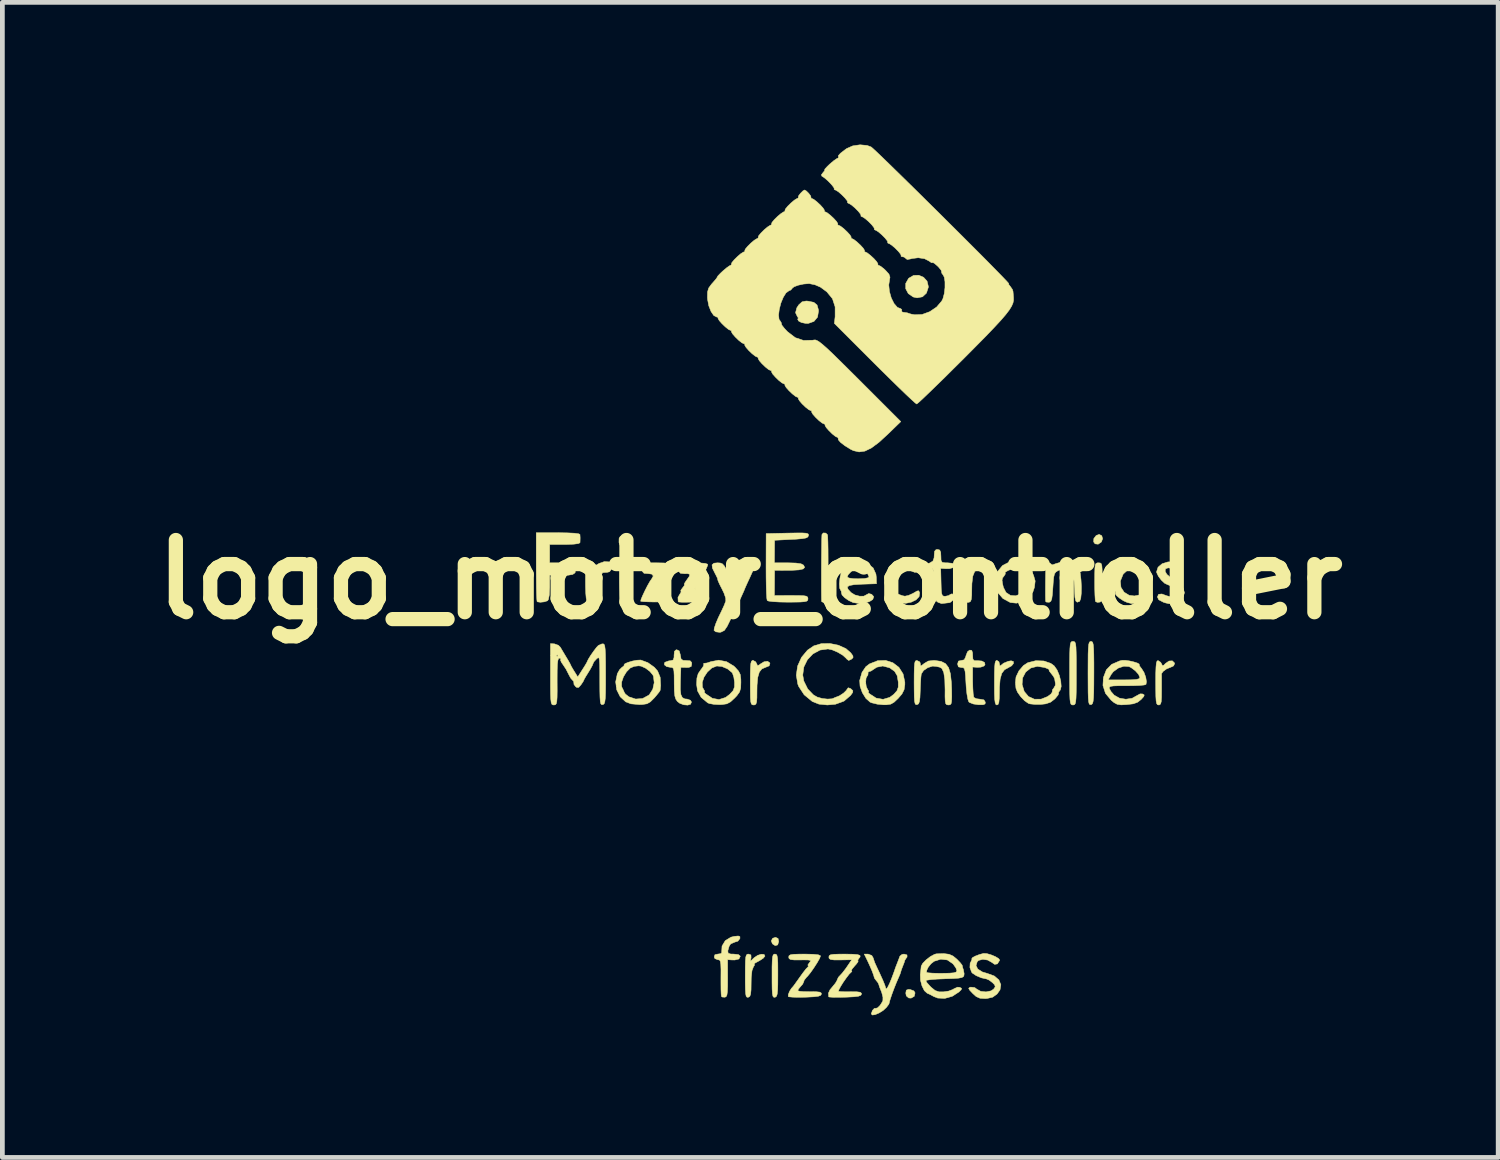
<source format=kicad_pcb>
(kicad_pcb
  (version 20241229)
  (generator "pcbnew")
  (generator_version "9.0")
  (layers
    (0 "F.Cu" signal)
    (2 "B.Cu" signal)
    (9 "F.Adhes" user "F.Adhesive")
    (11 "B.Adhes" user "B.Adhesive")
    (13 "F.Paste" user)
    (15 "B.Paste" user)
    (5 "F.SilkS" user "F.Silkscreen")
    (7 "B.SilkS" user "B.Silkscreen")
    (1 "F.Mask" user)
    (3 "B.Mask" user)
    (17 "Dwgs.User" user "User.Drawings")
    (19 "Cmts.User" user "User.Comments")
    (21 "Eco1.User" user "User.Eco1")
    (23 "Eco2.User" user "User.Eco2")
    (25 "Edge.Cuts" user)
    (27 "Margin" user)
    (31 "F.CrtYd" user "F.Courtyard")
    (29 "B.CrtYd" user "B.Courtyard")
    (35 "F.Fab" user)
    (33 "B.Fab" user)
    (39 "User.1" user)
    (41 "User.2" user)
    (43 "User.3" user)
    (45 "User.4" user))
  (footprint "logo_motor_controller"
    (layer "F.Cu")
    (at 12.78 9.178)
    (property "Reference" "logo_motor_controller" (at 0 0 0) (layer "F.SilkS") (effects (font (size 1.524 1.524) (thickness 0.3))))
    (attr through_hole)
    (fp_poly (pts (xy 7.867 -0.335) (xy 7.849 -0.318) (xy 7.832 -0.335) (xy 7.849 -0.353) (xy 7.867 -0.335)) (stroke (width 0.01) (type solid)) (fill yes) (layer "F.SilkS"))
    (fp_poly (pts (xy 0.586 7.572) (xy 0.6 7.638) (xy 0.578 7.709) (xy 0.525 7.723) (xy 0.468 7.686) (xy 0.443 7.624) (xy 0.472 7.569) (xy 0.533 7.549) (xy 0.586 7.572)) (stroke (width 0.01) (type solid)) (fill yes) (layer "F.SilkS"))
    (fp_poly (pts (xy 7.416 -0.925) (xy 7.434 -0.862) (xy 7.408 -0.793) (xy 7.34 -0.746) (xy 7.275 -0.754) (xy 7.245 -0.794) (xy 7.249 -0.866) (xy 7.298 -0.929) (xy 7.361 -0.953) (xy 7.416 -0.925)) (stroke (width 0.01) (type solid)) (fill yes) (layer "F.SilkS"))
    (fp_poly (pts (xy -2.522 0.473) (xy -2.619 0.478) (xy -2.696 0.476) (xy -2.734 0.465) (xy -2.741 0.424) (xy -2.747 0.328) (xy -2.75 0.191) (xy -2.752 0.047) (xy -2.752 -0.353) (xy -2.502 -0.353) (xy -2.522 0.473)) (stroke (width 0.01) (type solid)) (fill yes) (layer "F.SilkS"))
    (fp_poly (pts (xy 3.375 8.65) (xy 3.452 8.679) (xy 3.477 8.721) (xy 3.459 8.794) (xy 3.394 8.831) (xy 3.343 8.828) (xy 3.292 8.784) (xy 3.281 8.726) (xy 3.292 8.663) (xy 3.339 8.647) (xy 3.375 8.65)) (stroke (width 0.01) (type solid)) (fill yes) (layer "F.SilkS"))
    (fp_poly (pts (xy 3.657 -6.377) (xy 3.73 -6.296) (xy 3.757 -6.184) (xy 3.757 -6.168) (xy 3.717 -6.044) (xy 3.634 -5.966) (xy 3.519 -5.944) (xy 3.438 -5.962) (xy 3.334 -6.033) (xy 3.28 -6.135) (xy 3.28 -6.249) (xy 3.34 -6.354) (xy 3.344 -6.358) (xy 3.445 -6.417) (xy 3.555 -6.421) (xy 3.657 -6.377)) (stroke (width 0.01) (type solid)) (fill yes) (layer "F.SilkS"))
    (fp_poly (pts (xy -2.588 -0.938) (xy -2.51 -0.903) (xy -2.499 -0.892) (xy -2.48 -0.825) (xy -2.489 -0.785) (xy -2.51 -0.723) (xy -2.512 -0.701) (xy -2.536 -0.674) (xy -2.602 -0.659) (xy -2.678 -0.66) (xy -2.687 -0.662) (xy -2.74 -0.704) (xy -2.77 -0.783) (xy -2.768 -0.867) (xy -2.749 -0.902) (xy -2.68 -0.938) (xy -2.588 -0.938)) (stroke (width 0.01) (type solid)) (fill yes) (layer "F.SilkS"))
    (fp_poly (pts (xy 1.219 -5.874) (xy 1.341 -5.849) (xy 1.409 -5.793) (xy 1.438 -5.692) (xy 1.44 -5.666) (xy 1.419 -5.537) (xy 1.344 -5.447) (xy 1.226 -5.405) (xy 1.173 -5.404) (xy 1.08 -5.423) (xy 1.018 -5.456) (xy 1.017 -5.458) (xy 0.999 -5.496) (xy 1.008 -5.503) (xy 1.013 -5.523) (xy 0.995 -5.546) (xy 0.955 -5.63) (xy 0.982 -5.733) (xy 1.023 -5.796) (xy 1.093 -5.86) (xy 1.179 -5.877) (xy 1.219 -5.874)) (stroke (width 0.01) (type solid)) (fill yes) (layer "F.SilkS"))
    (fp_poly (pts (xy 7.383 -0.35) (xy 7.406 -0.334) (xy 7.418 -0.291) (xy 7.424 -0.21) (xy 7.424 -0.078) (xy 7.422 0.026) (xy 7.42 0.185) (xy 7.417 0.319) (xy 7.414 0.412) (xy 7.413 0.444) (xy 7.381 0.475) (xy 7.322 0.481) (xy 7.285 0.464) (xy 7.278 0.424) (xy 7.272 0.328) (xy 7.268 0.191) (xy 7.267 0.047) (xy 7.268 -0.125) (xy 7.271 -0.239) (xy 7.279 -0.307) (xy 7.295 -0.34) (xy 7.321 -0.352) (xy 7.347 -0.353) (xy 7.383 -0.35)) (stroke (width 0.01) (type solid)) (fill yes) (layer "F.SilkS"))
    (fp_poly (pts (xy 0.547 7.908) (xy 0.564 7.934) (xy 0.575 7.99) (xy 0.581 8.088) (xy 0.582 8.239) (xy 0.582 8.352) (xy 0.581 8.539) (xy 0.577 8.666) (xy 0.568 8.746) (xy 0.554 8.79) (xy 0.532 8.809) (xy 0.52 8.813) (xy 0.495 8.812) (xy 0.478 8.791) (xy 0.467 8.738) (xy 0.461 8.644) (xy 0.459 8.497) (xy 0.459 8.363) (xy 0.459 8.175) (xy 0.463 8.046) (xy 0.47 7.965) (xy 0.483 7.921) (xy 0.504 7.904) (xy 0.521 7.902) (xy 0.547 7.908)) (stroke (width 0.01) (type solid)) (fill yes) (layer "F.SilkS"))
    (fp_poly (pts (xy 7.21 1.31) (xy 7.226 1.331) (xy 7.237 1.377) (xy 7.244 1.458) (xy 7.248 1.583) (xy 7.25 1.76) (xy 7.25 1.966) (xy 7.249 2.199) (xy 7.247 2.37) (xy 7.242 2.49) (xy 7.234 2.567) (xy 7.222 2.612) (xy 7.205 2.633) (xy 7.188 2.639) (xy 7.166 2.639) (xy 7.15 2.621) (xy 7.139 2.578) (xy 7.132 2.5) (xy 7.128 2.379) (xy 7.127 2.204) (xy 7.126 1.978) (xy 7.127 1.744) (xy 7.128 1.571) (xy 7.133 1.451) (xy 7.14 1.373) (xy 7.152 1.329) (xy 7.168 1.309) (xy 7.188 1.305) (xy 7.21 1.31)) (stroke (width 0.01) (type solid)) (fill yes) (layer "F.SilkS"))
    (fp_poly (pts (xy -2.981 -0.373) (xy -2.857 -0.35) (xy -2.913 -0.242) (xy -2.969 -0.165) (xy -3.029 -0.15) (xy -3.035 -0.152) (xy -3.112 -0.146) (xy -3.168 -0.082) (xy -3.203 0.045) (xy -3.217 0.211) (xy -3.224 0.345) (xy -3.234 0.423) (xy -3.254 0.462) (xy -3.29 0.475) (xy -3.325 0.478) (xy -3.407 0.469) (xy -3.451 0.444) (xy -3.462 0.395) (xy -3.471 0.291) (xy -3.476 0.151) (xy -3.477 0.035) (xy -3.475 -0.335) (xy -3.374 -0.347) (xy -3.304 -0.345) (xy -3.297 -0.32) (xy -3.306 -0.286) (xy -3.263 -0.297) (xy -3.192 -0.339) (xy -3.079 -0.379) (xy -2.981 -0.373)) (stroke (width 0.01) (type solid)) (fill yes) (layer "F.SilkS"))
    (fp_poly (pts (xy 1.594 -0.98) (xy 1.63 -0.944) (xy 1.634 -0.896) (xy 1.638 -0.789) (xy 1.641 -0.636) (xy 1.642 -0.446) (xy 1.642 -0.233) (xy 1.642 -0.215) (xy 1.641 0.022) (xy 1.639 0.197) (xy 1.634 0.321) (xy 1.626 0.402) (xy 1.615 0.449) (xy 1.598 0.471) (xy 1.579 0.479) (xy 1.521 0.475) (xy 1.506 0.464) (xy 1.504 0.425) (xy 1.502 0.329) (xy 1.501 0.188) (xy 1.501 0.016) (xy 1.501 -0.174) (xy 1.502 -0.369) (xy 1.504 -0.555) (xy 1.506 -0.72) (xy 1.508 -0.851) (xy 1.511 -0.934) (xy 1.513 -0.953) (xy 1.542 -0.984) (xy 1.594 -0.98)) (stroke (width 0.01) (type solid)) (fill yes) (layer "F.SilkS"))
    (fp_poly (pts (xy 5.247 1.735) (xy 5.257 1.779) (xy 5.267 1.822) (xy 5.283 1.814) (xy 5.346 1.764) (xy 5.441 1.725) (xy 5.503 1.714) (xy 5.552 1.729) (xy 5.553 1.771) (xy 5.514 1.82) (xy 5.451 1.855) (xy 5.364 1.903) (xy 5.306 1.98) (xy 5.272 2.099) (xy 5.258 2.271) (xy 5.257 2.355) (xy 5.254 2.502) (xy 5.245 2.592) (xy 5.228 2.635) (xy 5.203 2.646) (xy 5.182 2.636) (xy 5.167 2.599) (xy 5.157 2.524) (xy 5.152 2.402) (xy 5.151 2.221) (xy 5.151 2.175) (xy 5.152 1.982) (xy 5.156 1.848) (xy 5.164 1.764) (xy 5.178 1.72) (xy 5.198 1.705) (xy 5.203 1.705) (xy 5.247 1.735)) (stroke (width 0.01) (type solid)) (fill yes) (layer "F.SilkS"))
    (fp_poly (pts (xy 6.833 1.308) (xy 6.851 1.323) (xy 6.864 1.359) (xy 6.872 1.426) (xy 6.876 1.533) (xy 6.879 1.689) (xy 6.879 1.904) (xy 6.879 1.976) (xy 6.879 2.208) (xy 6.877 2.38) (xy 6.873 2.5) (xy 6.866 2.577) (xy 6.855 2.62) (xy 6.839 2.64) (xy 6.816 2.646) (xy 6.809 2.646) (xy 6.784 2.643) (xy 6.766 2.628) (xy 6.753 2.592) (xy 6.745 2.525) (xy 6.741 2.418) (xy 6.739 2.262) (xy 6.738 2.047) (xy 6.738 1.976) (xy 6.738 1.743) (xy 6.74 1.571) (xy 6.744 1.452) (xy 6.751 1.374) (xy 6.762 1.331) (xy 6.778 1.311) (xy 6.801 1.305) (xy 6.809 1.305) (xy 6.833 1.308)) (stroke (width 0.01) (type solid)) (fill yes) (layer "F.SilkS"))
    (fp_poly (pts (xy 0.113 1.735) (xy 0.133 1.771) (xy 0.153 1.816) (xy 0.189 1.802) (xy 0.207 1.786) (xy 0.29 1.735) (xy 0.365 1.724) (xy 0.411 1.757) (xy 0.415 1.769) (xy 0.398 1.821) (xy 0.324 1.851) (xy 0.245 1.885) (xy 0.191 1.952) (xy 0.158 2.064) (xy 0.143 2.229) (xy 0.141 2.348) (xy 0.14 2.493) (xy 0.134 2.582) (xy 0.119 2.627) (xy 0.094 2.644) (xy 0.071 2.646) (xy 0.042 2.642) (xy 0.022 2.623) (xy 0.01 2.578) (xy 0.003 2.496) (xy 0.001 2.365) (xy 0 2.175) (xy 0 2.175) (xy 0.001 1.984) (xy 0.005 1.852) (xy 0.012 1.768) (xy 0.025 1.724) (xy 0.045 1.707) (xy 0.058 1.705) (xy 0.113 1.735)) (stroke (width 0.01) (type solid)) (fill yes) (layer "F.SilkS"))
    (fp_poly (pts (xy 5.014 -0.37) (xy 5.042 -0.355) (xy 5.072 -0.311) (xy 5.047 -0.267) (xy 4.983 -0.235) (xy 4.904 -0.229) (xy 4.805 -0.221) (xy 4.736 -0.171) (xy 4.695 -0.072) (xy 4.676 0.085) (xy 4.674 0.186) (xy 4.672 0.329) (xy 4.664 0.416) (xy 4.647 0.461) (xy 4.618 0.478) (xy 4.613 0.479) (xy 4.558 0.484) (xy 4.547 0.482) (xy 4.545 0.447) (xy 4.542 0.355) (xy 4.539 0.221) (xy 4.537 0.062) (xy 4.536 -0.116) (xy 4.538 -0.234) (xy 4.546 -0.305) (xy 4.561 -0.341) (xy 4.584 -0.352) (xy 4.594 -0.353) (xy 4.647 -0.337) (xy 4.657 -0.32) (xy 4.683 -0.311) (xy 4.748 -0.334) (xy 4.754 -0.337) (xy 4.894 -0.383) (xy 5.014 -0.37)) (stroke (width 0.01) (type solid)) (fill yes) (layer "F.SilkS"))
    (fp_poly (pts (xy 8.605 1.71) (xy 8.659 1.746) (xy 8.677 1.778) (xy 8.697 1.817) (xy 8.727 1.805) (xy 8.761 1.77) (xy 8.835 1.719) (xy 8.905 1.715) (xy 8.95 1.759) (xy 8.954 1.772) (xy 8.931 1.822) (xy 8.87 1.85) (xy 8.783 1.885) (xy 8.711 1.937) (xy 8.677 1.986) (xy 8.677 1.992) (xy 8.678 2.033) (xy 8.678 2.128) (xy 8.678 2.26) (xy 8.678 2.328) (xy 8.677 2.48) (xy 8.671 2.575) (xy 8.657 2.625) (xy 8.634 2.644) (xy 8.616 2.646) (xy 8.591 2.64) (xy 8.574 2.615) (xy 8.563 2.559) (xy 8.557 2.463) (xy 8.555 2.314) (xy 8.554 2.174) (xy 8.555 1.98) (xy 8.56 1.846) (xy 8.568 1.763) (xy 8.582 1.721) (xy 8.602 1.709) (xy 8.605 1.71)) (stroke (width 0.01) (type solid)) (fill yes) (layer "F.SilkS"))
    (fp_poly (pts (xy 0.014 7.92) (xy 0.017 7.978) (xy 0.002 8.054) (xy 0.083 7.978) (xy 0.156 7.929) (xy 0.232 7.905) (xy 0.291 7.909) (xy 0.309 7.944) (xy 0.309 7.946) (xy 0.274 7.989) (xy 0.198 8.039) (xy 0.176 8.051) (xy 0.106 8.089) (xy 0.08 8.111) (xy 0.084 8.113) (xy 0.09 8.135) (xy 0.066 8.172) (xy 0.036 8.252) (xy 0.02 8.401) (xy 0.018 8.516) (xy 0.016 8.66) (xy 0.007 8.748) (xy -0.01 8.794) (xy -0.039 8.812) (xy -0.044 8.813) (xy -0.069 8.812) (xy -0.087 8.791) (xy -0.097 8.739) (xy -0.103 8.646) (xy -0.106 8.5) (xy -0.106 8.363) (xy -0.105 8.175) (xy -0.102 8.047) (xy -0.095 7.966) (xy -0.082 7.923) (xy -0.062 7.905) (xy -0.037 7.902) (xy 0.014 7.92)) (stroke (width 0.01) (type solid)) (fill yes) (layer "F.SilkS"))
    (fp_poly (pts (xy -1.822 -0.35) (xy -1.724 -0.34) (xy -1.678 -0.317) (xy -1.676 -0.277) (xy -1.709 -0.215) (xy -1.711 -0.212) (xy -1.748 -0.148) (xy -1.799 -0.054) (xy -1.854 0.051) (xy -1.902 0.147) (xy -1.934 0.213) (xy -1.94 0.231) (xy -1.911 0.244) (xy -1.873 0.247) (xy -1.758 0.266) (xy -1.701 0.326) (xy -1.693 0.374) (xy -1.703 0.44) (xy -1.72 0.463) (xy -1.795 0.469) (xy -1.906 0.472) (xy -2.033 0.473) (xy -2.156 0.47) (xy -2.254 0.466) (xy -2.308 0.459) (xy -2.312 0.456) (xy -2.304 0.417) (xy -2.27 0.336) (xy -2.221 0.232) (xy -2.167 0.126) (xy -2.116 0.037) (xy -2.079 -0.016) (xy -2.079 -0.016) (xy -2.046 -0.076) (xy -2.078 -0.115) (xy -2.161 -0.126) (xy -2.241 -0.132) (xy -2.275 -0.169) (xy -2.286 -0.238) (xy -2.298 -0.353) (xy -1.981 -0.353) (xy -1.822 -0.35)) (stroke (width 0.01) (type solid)) (fill yes) (layer "F.SilkS"))
    (fp_poly (pts (xy -3.863 -0.985) (xy -3.715 -0.978) (xy -3.623 -0.966) (xy -3.594 -0.953) (xy -3.59 -0.887) (xy -3.59 -0.864) (xy -3.592 -0.793) (xy -3.594 -0.776) (xy -3.629 -0.759) (xy -3.722 -0.747) (xy -3.86 -0.741) (xy -3.916 -0.741) (xy -4.233 -0.741) (xy -4.233 -0.353) (xy -3.969 -0.353) (xy -3.828 -0.35) (xy -3.745 -0.339) (xy -3.707 -0.319) (xy -3.7 -0.3) (xy -3.691 -0.222) (xy -3.689 -0.203) (xy -3.696 -0.144) (xy -3.746 -0.108) (xy -3.848 -0.091) (xy -3.985 -0.088) (xy -4.233 -0.092) (xy -4.233 0.164) (xy -4.24 0.323) (xy -4.259 0.419) (xy -4.277 0.447) (xy -4.346 0.47) (xy -4.429 0.479) (xy -4.49 0.47) (xy -4.498 0.465) (xy -4.503 0.426) (xy -4.508 0.327) (xy -4.512 0.179) (xy -4.514 -0.007) (xy -4.516 -0.22) (xy -4.516 -0.27) (xy -4.516 -0.988) (xy -4.057 -0.988) (xy -3.863 -0.985)) (stroke (width 0.01) (type solid)) (fill yes) (layer "F.SilkS"))
    (fp_poly (pts (xy 3.332 -0.368) (xy 3.446 -0.341) (xy 3.529 -0.294) (xy 3.563 -0.228) (xy 3.563 -0.224) (xy 3.536 -0.169) (xy 3.473 -0.151) (xy 3.402 -0.179) (xy 3.4 -0.18) (xy 3.294 -0.228) (xy 3.181 -0.21) (xy 3.089 -0.144) (xy 3.009 -0.028) (xy 2.986 0.085) (xy 3.022 0.181) (xy 3.026 0.185) (xy 3.056 0.232) (xy 3.048 0.248) (xy 3.04 0.26) (xy 3.078 0.286) (xy 3.142 0.316) (xy 3.211 0.341) (xy 3.263 0.351) (xy 3.34 0.334) (xy 3.435 0.291) (xy 3.445 0.285) (xy 3.519 0.242) (xy 3.553 0.237) (xy 3.57 0.269) (xy 3.573 0.283) (xy 3.562 0.36) (xy 3.498 0.427) (xy 3.399 0.476) (xy 3.282 0.501) (xy 3.165 0.494) (xy 3.104 0.472) (xy 2.959 0.365) (xy 2.869 0.225) (xy 2.835 0.067) (xy 2.86 -0.094) (xy 2.945 -0.244) (xy 2.998 -0.299) (xy 3.089 -0.35) (xy 3.207 -0.372) (xy 3.332 -0.368)) (stroke (width 0.01) (type solid)) (fill yes) (layer "F.SilkS"))
    (fp_poly (pts (xy 9.015 -0.352) (xy 9.086 -0.306) (xy 9.092 -0.237) (xy 9.09 -0.232) (xy 9.06 -0.197) (xy 8.998 -0.204) (xy 8.977 -0.212) (xy 8.881 -0.239) (xy 8.815 -0.247) (xy 8.76 -0.226) (xy 8.753 -0.175) (xy 8.789 -0.11) (xy 8.861 -0.047) (xy 8.885 -0.033) (xy 9.036 0.068) (xy 9.129 0.174) (xy 9.161 0.277) (xy 9.132 0.371) (xy 9.04 0.448) (xy 9.001 0.466) (xy 8.905 0.502) (xy 8.836 0.51) (xy 8.755 0.491) (xy 8.714 0.477) (xy 8.618 0.426) (xy 8.59 0.367) (xy 8.615 0.311) (xy 8.685 0.304) (xy 8.78 0.34) (xy 8.877 0.366) (xy 8.946 0.344) (xy 8.974 0.288) (xy 8.95 0.213) (xy 8.917 0.177) (xy 8.85 0.125) (xy 8.802 0.106) (xy 8.743 0.078) (xy 8.673 0.012) (xy 8.61 -0.071) (xy 8.575 -0.146) (xy 8.572 -0.163) (xy 8.604 -0.261) (xy 8.69 -0.334) (xy 8.813 -0.372) (xy 8.882 -0.374) (xy 9.015 -0.352)) (stroke (width 0.01) (type solid)) (fill yes) (layer "F.SilkS"))
    (fp_poly (pts (xy -0.219 7.533) (xy -0.218 7.573) (xy -0.261 7.629) (xy -0.325 7.649) (xy -0.414 7.687) (xy -0.446 7.737) (xy -0.474 7.835) (xy -0.466 7.884) (xy -0.412 7.901) (xy -0.35 7.902) (xy -0.249 7.913) (xy -0.212 7.946) (xy -0.212 7.951) (xy -0.24 8.006) (xy -0.327 8.027) (xy -0.389 8.026) (xy -0.478 8.02) (xy -0.477 8.41) (xy -0.478 8.584) (xy -0.483 8.698) (xy -0.493 8.767) (xy -0.511 8.801) (xy -0.535 8.812) (xy -0.593 8.808) (xy -0.608 8.795) (xy -0.614 8.75) (xy -0.618 8.65) (xy -0.619 8.512) (xy -0.619 8.393) (xy -0.618 8.226) (xy -0.622 8.118) (xy -0.631 8.057) (xy -0.648 8.028) (xy -0.676 8.022) (xy -0.684 8.022) (xy -0.745 7.998) (xy -0.761 7.964) (xy -0.746 7.915) (xy -0.685 7.902) (xy -0.622 7.893) (xy -0.604 7.876) (xy -0.596 7.732) (xy -0.528 7.619) (xy -0.409 7.546) (xy -0.341 7.529) (xy -0.254 7.52) (xy -0.219 7.533)) (stroke (width 0.01) (type solid)) (fill yes) (layer "F.SilkS"))
    (fp_poly (pts (xy -1.052 -0.35) (xy -0.951 -0.341) (xy -0.903 -0.325) (xy -0.897 -0.309) (xy -0.923 -0.241) (xy -0.982 -0.131) (xy -1.063 0.005) (xy -1.117 0.089) (xy -1.167 0.179) (xy -1.165 0.227) (xy -1.109 0.246) (xy -1.072 0.247) (xy -0.995 0.271) (xy -0.943 0.327) (xy -0.929 0.394) (xy -0.964 0.448) (xy -0.964 0.449) (xy -1.012 0.459) (xy -1.104 0.468) (xy -1.221 0.475) (xy -1.342 0.478) (xy -1.445 0.478) (xy -1.51 0.473) (xy -1.521 0.469) (xy -1.526 0.377) (xy -1.487 0.309) (xy -1.458 0.262) (xy -1.464 0.247) (xy -1.465 0.225) (xy -1.429 0.176) (xy -1.391 0.126) (xy -1.391 0.106) (xy -1.389 0.082) (xy -1.352 0.024) (xy -1.343 0.013) (xy -1.285 -0.07) (xy -1.279 -0.113) (xy -1.329 -0.126) (xy -1.376 -0.123) (xy -1.472 -0.132) (xy -1.522 -0.187) (xy -1.537 -0.273) (xy -1.536 -0.311) (xy -1.518 -0.334) (xy -1.47 -0.346) (xy -1.38 -0.352) (xy -1.234 -0.353) (xy -1.215 -0.353) (xy -1.052 -0.35)) (stroke (width 0.01) (type solid)) (fill yes) (layer "F.SilkS"))
    (fp_poly (pts (xy 5.721 -0.353) (xy 5.827 -0.306) (xy 5.898 -0.251) (xy 5.934 -0.21) (xy 5.935 -0.204) (xy 5.946 -0.157) (xy 5.978 -0.085) (xy 6.011 0.03) (xy 5.995 0.166) (xy 5.965 0.255) (xy 5.885 0.375) (xy 5.761 0.46) (xy 5.616 0.498) (xy 5.486 0.484) (xy 5.332 0.401) (xy 5.226 0.279) (xy 5.171 0.132) (xy 5.17 0.013) (xy 5.312 0.013) (xy 5.322 0.084) (xy 5.34 0.163) (xy 5.396 0.273) (xy 5.489 0.334) (xy 5.602 0.343) (xy 5.718 0.296) (xy 5.766 0.256) (xy 5.831 0.176) (xy 5.849 0.097) (xy 5.843 0.04) (xy 5.8 -0.085) (xy 5.723 -0.183) (xy 5.63 -0.234) (xy 5.61 -0.237) (xy 5.527 -0.225) (xy 5.441 -0.192) (xy 5.384 -0.158) (xy 5.374 -0.142) (xy 5.377 -0.141) (xy 5.382 -0.119) (xy 5.357 -0.079) (xy 5.323 -0.034) (xy 5.312 0.013) (xy 5.17 0.013) (xy 5.17 -0.026) (xy 5.227 -0.179) (xy 5.321 -0.295) (xy 5.432 -0.353) (xy 5.575 -0.373) (xy 5.721 -0.353)) (stroke (width 0.01) (type solid)) (fill yes) (layer "F.SilkS"))
    (fp_poly (pts (xy -1.499 1.506) (xy -1.476 1.587) (xy -1.475 1.596) (xy -1.46 1.675) (xy -1.419 1.705) (xy -1.349 1.708) (xy -1.269 1.714) (xy -1.238 1.747) (xy -1.235 1.782) (xy -1.247 1.835) (xy -1.298 1.854) (xy -1.349 1.855) (xy -1.464 1.852) (xy -1.474 2.149) (xy -1.476 2.317) (xy -1.464 2.427) (xy -1.434 2.49) (xy -1.381 2.518) (xy -1.33 2.522) (xy -1.262 2.547) (xy -1.241 2.584) (xy -1.259 2.63) (xy -1.32 2.649) (xy -1.403 2.642) (xy -1.487 2.611) (xy -1.538 2.572) (xy -1.571 2.523) (xy -1.592 2.456) (xy -1.602 2.353) (xy -1.605 2.199) (xy -1.605 2.175) (xy -1.606 2.023) (xy -1.611 1.928) (xy -1.623 1.877) (xy -1.646 1.856) (xy -1.682 1.852) (xy -1.683 1.852) (xy -1.763 1.837) (xy -1.811 1.8) (xy -1.811 1.758) (xy -1.793 1.742) (xy -1.719 1.716) (xy -1.676 1.711) (xy -1.626 1.697) (xy -1.608 1.64) (xy -1.608 1.596) (xy -1.6 1.514) (xy -1.565 1.483) (xy -1.548 1.482) (xy -1.499 1.506)) (stroke (width 0.01) (type solid)) (fill yes) (layer "F.SilkS"))
    (fp_poly (pts (xy 4.673 1.495) (xy 4.69 1.547) (xy 4.692 1.598) (xy 4.697 1.68) (xy 4.726 1.711) (xy 4.797 1.711) (xy 4.797 1.711) (xy 4.887 1.719) (xy 4.944 1.751) (xy 4.953 1.796) (xy 4.931 1.824) (xy 4.864 1.848) (xy 4.789 1.852) (xy 4.692 1.845) (xy 4.692 2.149) (xy 4.696 2.291) (xy 4.703 2.406) (xy 4.714 2.477) (xy 4.719 2.488) (xy 4.77 2.514) (xy 4.847 2.524) (xy 4.93 2.539) (xy 4.959 2.586) (xy 4.954 2.624) (xy 4.914 2.641) (xy 4.822 2.641) (xy 4.811 2.641) (xy 4.706 2.625) (xy 4.627 2.594) (xy 4.611 2.581) (xy 4.591 2.524) (xy 4.571 2.415) (xy 4.556 2.272) (xy 4.551 2.191) (xy 4.542 2.034) (xy 4.532 1.936) (xy 4.517 1.882) (xy 4.495 1.859) (xy 4.46 1.856) (xy 4.454 1.856) (xy 4.391 1.842) (xy 4.374 1.782) (xy 4.392 1.72) (xy 4.453 1.707) (xy 4.514 1.693) (xy 4.545 1.631) (xy 4.551 1.606) (xy 4.584 1.522) (xy 4.63 1.488) (xy 4.673 1.495)) (stroke (width 0.01) (type solid)) (fill yes) (layer "F.SilkS"))
    (fp_poly (pts (xy 8.189 -0.358) (xy 8.291 -0.321) (xy 8.332 -0.292) (xy 8.376 -0.236) (xy 8.367 -0.198) (xy 8.352 -0.184) (xy 8.296 -0.164) (xy 8.215 -0.19) (xy 8.205 -0.195) (xy 8.076 -0.229) (xy 7.96 -0.2) (xy 7.868 -0.115) (xy 7.813 0.02) (xy 7.809 0.04) (xy 7.821 0.164) (xy 7.888 0.267) (xy 7.994 0.332) (xy 8.104 0.346) (xy 8.197 0.328) (xy 8.259 0.295) (xy 8.261 0.293) (xy 8.319 0.253) (xy 8.373 0.254) (xy 8.396 0.294) (xy 8.375 0.34) (xy 8.324 0.405) (xy 8.264 0.465) (xy 8.214 0.501) (xy 8.199 0.503) (xy 8.176 0.497) (xy 8.05 0.507) (xy 7.955 0.484) (xy 7.875 0.448) (xy 7.794 0.395) (xy 7.73 0.341) (xy 7.702 0.3) (xy 7.705 0.291) (xy 7.701 0.254) (xy 7.672 0.187) (xy 7.642 0.095) (xy 7.64 0.024) (xy 7.671 -0.081) (xy 7.719 -0.181) (xy 7.77 -0.255) (xy 7.811 -0.282) (xy 7.872 -0.307) (xy 7.9 -0.332) (xy 7.967 -0.366) (xy 8.072 -0.374) (xy 8.189 -0.358)) (stroke (width 0.01) (type solid)) (fill yes) (layer "F.SilkS"))
    (fp_poly (pts (xy 6.804 -0.352) (xy 6.897 -0.313) (xy 6.91 -0.302) (xy 6.939 -0.24) (xy 6.962 -0.132) (xy 6.978 0.005) (xy 6.986 0.151) (xy 6.984 0.287) (xy 6.973 0.395) (xy 6.951 0.456) (xy 6.946 0.461) (xy 6.898 0.478) (xy 6.867 0.452) (xy 6.85 0.374) (xy 6.844 0.236) (xy 6.843 0.201) (xy 6.83 -0.002) (xy 6.791 -0.141) (xy 6.723 -0.218) (xy 6.626 -0.233) (xy 6.498 -0.19) (xy 6.491 -0.187) (xy 6.448 -0.16) (xy 6.42 -0.121) (xy 6.403 -0.054) (xy 6.392 0.058) (xy 6.385 0.164) (xy 6.374 0.315) (xy 6.361 0.409) (xy 6.341 0.458) (xy 6.312 0.477) (xy 6.306 0.479) (xy 6.248 0.475) (xy 6.233 0.464) (xy 6.23 0.424) (xy 6.228 0.33) (xy 6.228 0.203) (xy 6.229 0.058) (xy 6.231 -0.085) (xy 6.234 -0.209) (xy 6.238 -0.295) (xy 6.24 -0.318) (xy 6.269 -0.347) (xy 6.319 -0.35) (xy 6.35 -0.325) (xy 6.35 -0.32) (xy 6.376 -0.31) (xy 6.44 -0.333) (xy 6.442 -0.334) (xy 6.548 -0.365) (xy 6.678 -0.37) (xy 6.804 -0.352)) (stroke (width 0.01) (type solid)) (fill yes) (layer "F.SilkS"))
    (fp_poly (pts (xy 1.1 -0.983) (xy 1.177 -0.978) (xy 1.217 -0.966) (xy 1.23 -0.946) (xy 1.228 -0.927) (xy 1.214 -0.898) (xy 1.174 -0.877) (xy 1.097 -0.863) (xy 0.97 -0.852) (xy 0.864 -0.847) (xy 0.513 -0.829) (xy 0.511 -0.591) (xy 0.509 -0.353) (xy 0.797 -0.353) (xy 0.964 -0.348) (xy 1.07 -0.333) (xy 1.124 -0.305) (xy 1.126 -0.303) (xy 1.147 -0.256) (xy 1.116 -0.224) (xy 1.027 -0.204) (xy 0.875 -0.195) (xy 0.794 -0.195) (xy 0.513 -0.194) (xy 0.511 0.071) (xy 0.509 0.337) (xy 0.863 0.336) (xy 1.024 0.337) (xy 1.127 0.341) (xy 1.185 0.351) (xy 1.211 0.371) (xy 1.217 0.401) (xy 1.217 0.405) (xy 1.213 0.435) (xy 1.192 0.455) (xy 1.143 0.467) (xy 1.054 0.474) (xy 0.913 0.476) (xy 0.8 0.477) (xy 0.621 0.474) (xy 0.479 0.466) (xy 0.387 0.454) (xy 0.357 0.442) (xy 0.349 0.397) (xy 0.342 0.293) (xy 0.337 0.141) (xy 0.334 -0.047) (xy 0.333 -0.26) (xy 0.333 -0.282) (xy 0.335 -0.97) (xy 0.788 -0.98) (xy 0.974 -0.983) (xy 1.1 -0.983)) (stroke (width 0.01) (type solid)) (fill yes) (layer "F.SilkS"))
    (fp_poly (pts (xy 3.997 -0.623) (xy 4.018 -0.575) (xy 4.022 -0.494) (xy 4.025 -0.404) (xy 4.049 -0.363) (xy 4.113 -0.353) (xy 4.163 -0.353) (xy 4.264 -0.343) (xy 4.303 -0.311) (xy 4.304 -0.304) (xy 4.278 -0.251) (xy 4.196 -0.229) (xy 4.117 -0.23) (xy 4.018 -0.236) (xy 4.025 0.058) (xy 4.029 0.202) (xy 4.037 0.289) (xy 4.052 0.334) (xy 4.08 0.351) (xy 4.113 0.353) (xy 4.186 0.338) (xy 4.217 0.316) (xy 4.257 0.3) (xy 4.29 0.321) (xy 4.322 0.36) (xy 4.301 0.406) (xy 4.283 0.427) (xy 4.23 0.475) (xy 4.203 0.488) (xy 4.163 0.492) (xy 4.037 0.507) (xy 3.962 0.481) (xy 3.927 0.454) (xy 3.905 0.409) (xy 3.892 0.331) (xy 3.885 0.206) (xy 3.883 0.125) (xy 3.877 -0.048) (xy 3.868 -0.16) (xy 3.853 -0.22) (xy 3.831 -0.237) (xy 3.812 -0.23) (xy 3.769 -0.238) (xy 3.74 -0.264) (xy 3.72 -0.306) (xy 3.755 -0.337) (xy 3.789 -0.351) (xy 3.853 -0.39) (xy 3.878 -0.457) (xy 3.881 -0.511) (xy 3.888 -0.596) (xy 3.919 -0.631) (xy 3.951 -0.635) (xy 3.997 -0.623)) (stroke (width 0.01) (type solid)) (fill yes) (layer "F.SilkS"))
    (fp_poly (pts (xy 1.861 1.386) (xy 2.018 1.457) (xy 2.12 1.546) (xy 2.166 1.611) (xy 2.168 1.649) (xy 2.131 1.683) (xy 2.076 1.707) (xy 2.032 1.674) (xy 2.024 1.662) (xy 1.954 1.598) (xy 1.845 1.533) (xy 1.728 1.483) (xy 1.64 1.464) (xy 1.47 1.488) (xy 1.321 1.569) (xy 1.205 1.692) (xy 1.13 1.845) (xy 1.107 2.015) (xy 1.129 2.14) (xy 1.212 2.308) (xy 1.332 2.433) (xy 1.411 2.479) (xy 1.515 2.509) (xy 1.629 2.522) (xy 1.722 2.516) (xy 1.746 2.508) (xy 1.794 2.486) (xy 1.799 2.485) (xy 1.881 2.453) (xy 1.968 2.396) (xy 2.028 2.337) (xy 2.034 2.326) (xy 2.066 2.283) (xy 2.112 2.298) (xy 2.126 2.308) (xy 2.164 2.344) (xy 2.161 2.382) (xy 2.116 2.445) (xy 1.978 2.564) (xy 1.796 2.631) (xy 1.626 2.646) (xy 1.448 2.628) (xy 1.309 2.573) (xy 1.308 2.572) (xy 1.137 2.431) (xy 1.021 2.254) (xy 1.003 2.207) (xy 0.971 2.018) (xy 0.999 1.824) (xy 1.081 1.642) (xy 1.207 1.49) (xy 1.34 1.399) (xy 1.5 1.352) (xy 1.681 1.349) (xy 1.861 1.386)) (stroke (width 0.01) (type solid)) (fill yes) (layer "F.SilkS"))
    (fp_poly (pts (xy 3.9 1.708) (xy 4.027 1.727) (xy 4.12 1.774) (xy 4.184 1.858) (xy 4.223 1.988) (xy 4.243 2.173) (xy 4.249 2.32) (xy 4.251 2.473) (xy 4.247 2.568) (xy 4.237 2.62) (xy 4.215 2.642) (xy 4.181 2.646) (xy 4.146 2.641) (xy 4.124 2.619) (xy 4.113 2.566) (xy 4.109 2.468) (xy 4.11 2.325) (xy 4.104 2.11) (xy 4.082 1.96) (xy 4.042 1.874) (xy 3.994 1.848) (xy 3.94 1.837) (xy 3.933 1.834) (xy 3.848 1.826) (xy 3.746 1.858) (xy 3.657 1.918) (xy 3.609 1.991) (xy 3.608 1.994) (xy 3.6 2.062) (xy 3.593 2.177) (xy 3.587 2.317) (xy 3.586 2.346) (xy 3.58 2.49) (xy 3.568 2.578) (xy 3.549 2.623) (xy 3.518 2.639) (xy 3.493 2.638) (xy 3.477 2.616) (xy 3.466 2.564) (xy 3.46 2.469) (xy 3.458 2.323) (xy 3.457 2.175) (xy 3.458 1.984) (xy 3.461 1.852) (xy 3.468 1.769) (xy 3.48 1.725) (xy 3.499 1.709) (xy 3.519 1.709) (xy 3.574 1.736) (xy 3.585 1.758) (xy 3.593 1.812) (xy 3.594 1.818) (xy 3.619 1.811) (xy 3.673 1.768) (xy 3.757 1.719) (xy 3.875 1.706) (xy 3.9 1.708)) (stroke (width 0.01) (type solid)) (fill yes) (layer "F.SilkS"))
    (fp_poly (pts (xy 4.991 7.892) (xy 5.081 7.918) (xy 5.172 7.956) (xy 5.24 7.997) (xy 5.263 8.03) (xy 5.262 8.032) (xy 5.214 8.109) (xy 5.156 8.119) (xy 5.096 8.077) (xy 5.009 8.028) (xy 4.906 8.013) (xy 4.819 8.035) (xy 4.789 8.061) (xy 4.763 8.143) (xy 4.8 8.218) (xy 4.896 8.279) (xy 5 8.31) (xy 5.148 8.364) (xy 5.245 8.447) (xy 5.287 8.548) (xy 5.269 8.657) (xy 5.208 8.743) (xy 5.115 8.811) (xy 4.999 8.838) (xy 4.958 8.841) (xy 4.847 8.834) (xy 4.766 8.798) (xy 4.692 8.731) (xy 4.627 8.661) (xy 4.608 8.624) (xy 4.63 8.605) (xy 4.652 8.599) (xy 4.736 8.609) (xy 4.778 8.641) (xy 4.862 8.688) (xy 4.974 8.7) (xy 5.081 8.678) (xy 5.135 8.641) (xy 5.168 8.593) (xy 5.156 8.551) (xy 5.111 8.505) (xy 5.04 8.451) (xy 4.985 8.427) (xy 4.876 8.403) (xy 4.767 8.357) (xy 4.687 8.304) (xy 4.67 8.284) (xy 4.634 8.185) (xy 4.639 8.093) (xy 4.656 8.062) (xy 4.677 8.015) (xy 4.673 8.001) (xy 4.688 7.977) (xy 4.749 7.944) (xy 4.836 7.911) (xy 4.923 7.888) (xy 4.991 7.892)) (stroke (width 0.01) (type solid)) (fill yes) (layer "F.SilkS"))
    (fp_poly (pts (xy 3.009 1.755) (xy 3.136 1.852) (xy 3.224 1.991) (xy 3.261 2.164) (xy 3.261 2.217) (xy 3.245 2.325) (xy 3.2 2.414) (xy 3.119 2.508) (xy 3.033 2.589) (xy 2.962 2.629) (xy 2.874 2.642) (xy 2.806 2.642) (xy 2.679 2.629) (xy 2.564 2.601) (xy 2.528 2.586) (xy 2.439 2.507) (xy 2.364 2.386) (xy 2.316 2.251) (xy 2.311 2.167) (xy 2.435 2.167) (xy 2.447 2.258) (xy 2.476 2.321) (xy 2.477 2.321) (xy 2.5 2.357) (xy 2.492 2.364) (xy 2.49 2.382) (xy 2.513 2.408) (xy 2.655 2.501) (xy 2.802 2.527) (xy 2.943 2.485) (xy 3.028 2.422) (xy 3.096 2.345) (xy 3.123 2.268) (xy 3.123 2.166) (xy 3.1 2.029) (xy 3.046 1.937) (xy 2.946 1.866) (xy 2.93 1.859) (xy 2.796 1.824) (xy 2.669 1.849) (xy 2.61 1.888) (xy 2.545 1.931) (xy 2.509 1.94) (xy 2.481 1.96) (xy 2.486 1.973) (xy 2.481 2.018) (xy 2.47 2.028) (xy 2.443 2.08) (xy 2.435 2.167) (xy 2.311 2.167) (xy 2.308 2.13) (xy 2.309 2.127) (xy 2.358 1.957) (xy 2.439 1.838) (xy 2.515 1.78) (xy 2.687 1.712) (xy 2.856 1.706) (xy 3.009 1.755)) (stroke (width 0.01) (type solid)) (fill yes) (layer "F.SilkS"))
    (fp_poly (pts (xy -2.308 1.699) (xy -2.161 1.753) (xy -2.024 1.851) (xy -1.955 1.93) (xy -1.901 2.062) (xy -1.891 2.236) (xy -1.901 2.337) (xy -1.925 2.376) (xy -1.983 2.448) (xy -2.027 2.499) (xy -2.108 2.58) (xy -2.18 2.621) (xy -2.276 2.636) (xy -2.336 2.638) (xy -2.517 2.622) (xy -2.628 2.58) (xy -2.745 2.472) (xy -2.818 2.326) (xy -2.827 2.258) (xy -2.716 2.258) (xy -2.69 2.308) (xy -2.664 2.365) (xy -2.663 2.372) (xy -2.636 2.415) (xy -2.569 2.468) (xy -2.558 2.475) (xy -2.418 2.521) (xy -2.273 2.51) (xy -2.146 2.442) (xy -2.128 2.426) (xy -2.057 2.314) (xy -2.027 2.176) (xy -2.042 2.045) (xy -2.055 2.014) (xy -2.117 1.939) (xy -2.208 1.87) (xy -2.302 1.827) (xy -2.355 1.82) (xy -2.432 1.829) (xy -2.446 1.83) (xy -2.532 1.866) (xy -2.612 1.947) (xy -2.676 2.052) (xy -2.714 2.162) (xy -2.716 2.258) (xy -2.827 2.258) (xy -2.84 2.159) (xy -2.806 1.992) (xy -2.803 1.983) (xy -2.756 1.9) (xy -2.705 1.85) (xy -2.7 1.848) (xy -2.662 1.817) (xy -2.663 1.8) (xy -2.644 1.775) (xy -2.578 1.747) (xy -2.487 1.72) (xy -2.392 1.702) (xy -2.316 1.698) (xy -2.308 1.699)) (stroke (width 0.01) (type solid)) (fill yes) (layer "F.SilkS"))
    (fp_poly (pts (xy 2.161 7.905) (xy 2.265 7.913) (xy 2.315 7.931) (xy 2.318 7.961) (xy 2.286 8.001) (xy 2.265 8.036) (xy 2.275 8.043) (xy 2.273 8.065) (xy 2.231 8.121) (xy 2.205 8.149) (xy 2.15 8.214) (xy 2.131 8.251) (xy 2.137 8.256) (xy 2.145 8.27) (xy 2.131 8.282) (xy 2.086 8.326) (xy 2.026 8.404) (xy 1.961 8.497) (xy 1.905 8.587) (xy 1.868 8.657) (xy 1.862 8.688) (xy 1.908 8.694) (xy 2.003 8.698) (xy 2.121 8.697) (xy 2.249 8.698) (xy 2.319 8.707) (xy 2.346 8.729) (xy 2.347 8.748) (xy 2.33 8.774) (xy 2.28 8.792) (xy 2.186 8.803) (xy 2.035 8.811) (xy 1.999 8.812) (xy 1.853 8.814) (xy 1.737 8.813) (xy 1.667 8.808) (xy 1.654 8.803) (xy 1.649 8.727) (xy 1.682 8.655) (xy 1.736 8.59) (xy 1.798 8.514) (xy 1.832 8.455) (xy 1.834 8.445) (xy 1.859 8.391) (xy 1.888 8.36) (xy 1.939 8.305) (xy 2.008 8.216) (xy 2.041 8.169) (xy 2.14 8.022) (xy 1.899 8.026) (xy 1.77 8.026) (xy 1.697 8.017) (xy 1.665 7.997) (xy 1.658 7.966) (xy 1.665 7.936) (xy 1.694 7.917) (xy 1.759 7.907) (xy 1.872 7.903) (xy 1.993 7.902) (xy 2.161 7.905)) (stroke (width 0.01) (type solid)) (fill yes) (layer "F.SilkS"))
    (fp_poly (pts (xy 2.32 -0.371) (xy 2.48 -0.333) (xy 2.592 -0.246) (xy 2.651 -0.116) (xy 2.659 -0.048) (xy 2.663 0.088) (xy 2.355 0.098) (xy 2.189 0.108) (xy 2.089 0.126) (xy 2.048 0.156) (xy 2.062 0.204) (xy 2.124 0.272) (xy 2.128 0.276) (xy 2.208 0.325) (xy 2.307 0.351) (xy 2.396 0.35) (xy 2.45 0.321) (xy 2.499 0.295) (xy 2.561 0.311) (xy 2.603 0.358) (xy 2.604 0.365) (xy 2.584 0.421) (xy 2.512 0.466) (xy 2.407 0.496) (xy 2.289 0.504) (xy 2.175 0.486) (xy 2.17 0.485) (xy 2.077 0.442) (xy 1.993 0.384) (xy 1.936 0.325) (xy 1.924 0.281) (xy 1.924 0.28) (xy 1.918 0.239) (xy 1.91 0.232) (xy 1.886 0.182) (xy 1.88 0.088) (xy 1.891 -0.026) (xy 1.897 -0.055) (xy 2.046 -0.055) (xy 2.08 -0.033) (xy 2.174 -0.019) (xy 2.275 -0.016) (xy 2.415 -0.022) (xy 2.489 -0.039) (xy 2.505 -0.06) (xy 2.476 -0.123) (xy 2.408 -0.189) (xy 2.326 -0.237) (xy 2.28 -0.247) (xy 2.207 -0.224) (xy 2.127 -0.168) (xy 2.065 -0.102) (xy 2.046 -0.055) (xy 1.897 -0.055) (xy 1.916 -0.134) (xy 1.94 -0.194) (xy 2.03 -0.304) (xy 2.152 -0.362) (xy 2.318 -0.371) (xy 2.32 -0.371)) (stroke (width 0.01) (type solid)) (fill yes) (layer "F.SilkS"))
    (fp_poly (pts (xy -0.5 1.733) (xy -0.348 1.825) (xy -0.32 1.851) (xy -0.248 1.931) (xy -0.211 2.004) (xy -0.199 2.101) (xy -0.198 2.169) (xy -0.202 2.289) (xy -0.226 2.371) (xy -0.28 2.447) (xy -0.329 2.499) (xy -0.418 2.581) (xy -0.495 2.622) (xy -0.595 2.637) (xy -0.645 2.639) (xy -0.765 2.633) (xy -0.864 2.615) (xy -0.898 2.601) (xy -1.037 2.485) (xy -1.113 2.348) (xy -1.132 2.214) (xy -1.13 2.171) (xy -1.014 2.171) (xy -1.01 2.271) (xy -0.987 2.311) (xy -0.962 2.354) (xy -0.968 2.364) (xy -0.968 2.382) (xy -0.945 2.408) (xy -0.801 2.505) (xy -0.66 2.532) (xy -0.522 2.488) (xy -0.435 2.423) (xy -0.362 2.344) (xy -0.333 2.266) (xy -0.332 2.168) (xy -0.347 2.06) (xy -0.375 1.977) (xy -0.386 1.961) (xy -0.48 1.884) (xy -0.599 1.834) (xy -0.707 1.824) (xy -0.812 1.866) (xy -0.905 1.951) (xy -0.976 2.058) (xy -1.014 2.171) (xy -1.13 2.171) (xy -1.126 2.08) (xy -1.099 1.985) (xy -1.042 1.901) (xy -1.033 1.891) (xy -0.988 1.826) (xy -0.98 1.783) (xy -0.982 1.782) (xy -0.981 1.765) (xy -0.97 1.767) (xy -0.915 1.76) (xy -0.832 1.733) (xy -0.83 1.732) (xy -0.666 1.701) (xy -0.5 1.733)) (stroke (width 0.01) (type solid)) (fill yes) (layer "F.SilkS"))
    (fp_poly (pts (xy 1.324 7.906) (xy 1.435 7.917) (xy 1.48 7.937) (xy 1.482 7.943) (xy 1.462 7.995) (xy 1.412 8.083) (xy 1.345 8.187) (xy 1.274 8.289) (xy 1.211 8.367) (xy 1.184 8.394) (xy 1.138 8.452) (xy 1.129 8.483) (xy 1.105 8.537) (xy 1.059 8.589) (xy 1.013 8.644) (xy 1.004 8.676) (xy 1.044 8.687) (xy 1.135 8.695) (xy 1.258 8.696) (xy 1.264 8.696) (xy 1.394 8.697) (xy 1.468 8.705) (xy 1.498 8.725) (xy 1.501 8.747) (xy 1.484 8.774) (xy 1.434 8.792) (xy 1.341 8.803) (xy 1.19 8.811) (xy 1.159 8.812) (xy 1.012 8.814) (xy 0.893 8.811) (xy 0.819 8.804) (xy 0.803 8.799) (xy 0.802 8.757) (xy 0.829 8.688) (xy 0.869 8.624) (xy 0.885 8.608) (xy 0.915 8.572) (xy 0.971 8.494) (xy 1.041 8.396) (xy 1.115 8.293) (xy 1.178 8.213) (xy 1.214 8.176) (xy 1.231 8.153) (xy 1.22 8.15) (xy 1.216 8.128) (xy 1.246 8.086) (xy 1.272 8.052) (xy 1.266 8.034) (xy 1.218 8.026) (xy 1.115 8.025) (xy 1.058 8.026) (xy 0.927 8.026) (xy 0.853 8.018) (xy 0.819 7.998) (xy 0.811 7.966) (xy 0.818 7.936) (xy 0.848 7.917) (xy 0.912 7.907) (xy 1.025 7.903) (xy 1.147 7.902) (xy 1.324 7.906)) (stroke (width 0.01) (type solid)) (fill yes) (layer "F.SilkS"))
    (fp_poly (pts (xy -0.633 -0.349) (xy -0.587 -0.331) (xy -0.546 -0.286) (xy -0.5 -0.203) (xy -0.441 -0.072) (xy -0.406 0.01) (xy -0.358 0.123) (xy -0.277 -0.053) (xy -0.233 -0.153) (xy -0.203 -0.225) (xy -0.195 -0.247) (xy -0.177 -0.289) (xy -0.165 -0.309) (xy -0.119 -0.336) (xy -0.041 -0.35) (xy 0.039 -0.351) (xy 0.095 -0.336) (xy 0.106 -0.32) (xy 0.092 -0.274) (xy 0.054 -0.183) (xy 0.001 -0.065) (xy -0.007 -0.047) (xy -0.062 0.071) (xy -0.103 0.162) (xy -0.123 0.209) (xy -0.123 0.212) (xy -0.139 0.249) (xy -0.178 0.336) (xy -0.233 0.455) (xy -0.298 0.594) (xy -0.365 0.735) (xy -0.428 0.865) (xy -0.479 0.969) (xy -0.487 0.986) (xy -0.547 1.074) (xy -0.62 1.11) (xy -0.648 1.113) (xy -0.726 1.103) (xy -0.765 1.073) (xy -0.758 1.021) (xy -0.726 0.926) (xy -0.675 0.806) (xy -0.666 0.787) (xy -0.609 0.67) (xy -0.567 0.579) (xy -0.546 0.532) (xy -0.545 0.529) (xy -0.529 0.485) (xy -0.516 0.456) (xy -0.518 0.392) (xy -0.555 0.285) (xy -0.596 0.2) (xy -0.648 0.098) (xy -0.68 0.026) (xy -0.687 0) (xy -0.692 -0.027) (xy -0.725 -0.095) (xy -0.741 -0.125) (xy -0.798 -0.24) (xy -0.807 -0.31) (xy -0.767 -0.345) (xy -0.692 -0.353) (xy -0.633 -0.349)) (stroke (width 0.01) (type solid)) (fill yes) (layer "F.SilkS"))
    (fp_poly (pts (xy 6.193 1.718) (xy 6.34 1.768) (xy 6.412 1.821) (xy 6.473 1.908) (xy 6.521 2.023) (xy 6.551 2.145) (xy 6.56 2.254) (xy 6.542 2.33) (xy 6.526 2.346) (xy 6.503 2.385) (xy 6.507 2.396) (xy 6.495 2.435) (xy 6.443 2.499) (xy 6.42 2.523) (xy 6.333 2.589) (xy 6.23 2.623) (xy 6.13 2.634) (xy 6.009 2.634) (xy 5.907 2.624) (xy 5.871 2.614) (xy 5.789 2.558) (xy 5.705 2.47) (xy 5.637 2.374) (xy 5.605 2.293) (xy 5.605 2.29) (xy 5.598 2.212) (xy 5.735 2.212) (xy 5.78 2.361) (xy 5.87 2.468) (xy 5.994 2.524) (xy 6.137 2.523) (xy 6.272 2.469) (xy 6.342 2.417) (xy 6.371 2.375) (xy 6.37 2.367) (xy 6.377 2.322) (xy 6.4 2.296) (xy 6.437 2.23) (xy 6.438 2.195) (xy 6.426 2.121) (xy 6.423 2.097) (xy 6.399 2.046) (xy 6.349 1.982) (xy 6.307 1.928) (xy 6.304 1.902) (xy 6.305 1.902) (xy 6.294 1.89) (xy 6.233 1.864) (xy 6.209 1.855) (xy 6.056 1.831) (xy 5.919 1.866) (xy 5.811 1.951) (xy 5.746 2.075) (xy 5.735 2.212) (xy 5.598 2.212) (xy 5.598 2.209) (xy 5.594 2.178) (xy 5.607 2.054) (xy 5.669 1.925) (xy 5.764 1.814) (xy 5.856 1.754) (xy 6.024 1.712) (xy 6.193 1.718)) (stroke (width 0.01) (type solid)) (fill yes) (layer "F.SilkS"))
    (fp_poly (pts (xy 7.913 1.704) (xy 8.002 1.717) (xy 8.096 1.739) (xy 8.171 1.763) (xy 8.206 1.784) (xy 8.205 1.79) (xy 8.214 1.824) (xy 8.257 1.88) (xy 8.307 1.959) (xy 8.344 2.061) (xy 8.359 2.157) (xy 8.349 2.213) (xy 8.309 2.225) (xy 8.213 2.234) (xy 8.076 2.239) (xy 7.945 2.24) (xy 7.776 2.24) (xy 7.666 2.244) (xy 7.603 2.253) (xy 7.577 2.269) (xy 7.575 2.294) (xy 7.576 2.298) (xy 7.611 2.363) (xy 7.676 2.437) (xy 7.679 2.44) (xy 7.789 2.502) (xy 7.924 2.525) (xy 8.057 2.505) (xy 8.144 2.456) (xy 8.225 2.412) (xy 8.278 2.414) (xy 8.312 2.435) (xy 8.302 2.468) (xy 8.246 2.53) (xy 8.171 2.589) (xy 8.079 2.622) (xy 7.945 2.638) (xy 7.823 2.644) (xy 7.742 2.632) (xy 7.675 2.596) (xy 7.615 2.546) (xy 7.494 2.4) (xy 7.441 2.233) (xy 7.448 2.117) (xy 7.551 2.117) (xy 7.885 2.117) (xy 8.046 2.115) (xy 8.147 2.107) (xy 8.201 2.093) (xy 8.219 2.07) (xy 8.22 2.065) (xy 8.192 2) (xy 8.124 1.924) (xy 8.037 1.859) (xy 7.991 1.836) (xy 7.883 1.828) (xy 7.764 1.868) (xy 7.659 1.944) (xy 7.613 2.005) (xy 7.551 2.117) (xy 7.448 2.117) (xy 7.451 2.066) (xy 7.513 1.904) (xy 7.624 1.79) (xy 7.789 1.718) (xy 7.849 1.704) (xy 7.913 1.704)) (stroke (width 0.01) (type solid)) (fill yes) (layer "F.SilkS"))
    (fp_poly (pts (xy 2.564 7.932) (xy 2.593 7.982) (xy 2.615 8.05) (xy 2.625 8.079) (xy 2.642 8.117) (xy 2.681 8.202) (xy 2.735 8.316) (xy 2.744 8.337) (xy 2.799 8.458) (xy 2.839 8.557) (xy 2.857 8.614) (xy 2.857 8.617) (xy 2.868 8.641) (xy 2.897 8.606) (xy 2.94 8.519) (xy 2.983 8.414) (xy 3.021 8.312) (xy 3.047 8.24) (xy 3.053 8.22) (xy 3.068 8.178) (xy 3.098 8.101) (xy 3.1 8.096) (xy 3.134 8.008) (xy 3.157 7.946) (xy 3.201 7.91) (xy 3.244 7.902) (xy 3.307 7.92) (xy 3.308 7.964) (xy 3.29 7.987) (xy 3.261 8.033) (xy 3.26 8.037) (xy 3.246 8.084) (xy 3.216 8.16) (xy 3.187 8.236) (xy 3.175 8.278) (xy 3.162 8.32) (xy 3.129 8.397) (xy 3.124 8.408) (xy 3.081 8.508) (xy 3.034 8.626) (xy 2.989 8.747) (xy 2.954 8.85) (xy 2.934 8.917) (xy 2.933 8.933) (xy 2.92 8.964) (xy 2.875 9.024) (xy 2.874 9.026) (xy 2.804 9.091) (xy 2.719 9.144) (xy 2.637 9.179) (xy 2.576 9.188) (xy 2.553 9.164) (xy 2.553 9.16) (xy 2.579 9.089) (xy 2.619 9.047) (xy 2.644 9.047) (xy 2.685 9.037) (xy 2.739 8.984) (xy 2.787 8.908) (xy 2.798 8.882) (xy 2.799 8.812) (xy 2.774 8.714) (xy 2.764 8.688) (xy 2.729 8.601) (xy 2.711 8.544) (xy 2.71 8.537) (xy 2.69 8.5) (xy 2.663 8.467) (xy 2.624 8.416) (xy 2.616 8.396) (xy 2.601 8.343) (xy 2.565 8.247) (xy 2.513 8.128) (xy 2.474 8.044) (xy 2.405 7.902) (xy 2.486 7.902) (xy 2.564 7.932)) (stroke (width 0.01) (type solid)) (fill yes) (layer "F.SilkS"))
    (fp_poly (pts (xy 4.194 7.906) (xy 4.279 7.944) (xy 4.359 8.01) (xy 4.428 8.082) (xy 4.468 8.133) (xy 4.473 8.146) (xy 4.482 8.192) (xy 4.495 8.226) (xy 4.512 8.314) (xy 4.509 8.35) (xy 4.497 8.378) (xy 4.463 8.397) (xy 4.396 8.41) (xy 4.284 8.418) (xy 4.114 8.423) (xy 4.101 8.424) (xy 3.943 8.43) (xy 3.815 8.44) (xy 3.731 8.452) (xy 3.704 8.464) (xy 3.727 8.505) (xy 3.786 8.572) (xy 3.814 8.601) (xy 3.9 8.671) (xy 3.984 8.699) (xy 4.078 8.699) (xy 4.188 8.682) (xy 4.277 8.648) (xy 4.294 8.636) (xy 4.373 8.6) (xy 4.42 8.604) (xy 4.459 8.625) (xy 4.45 8.655) (xy 4.403 8.701) (xy 4.261 8.793) (xy 4.105 8.837) (xy 3.955 8.83) (xy 3.873 8.798) (xy 3.788 8.752) (xy 3.733 8.728) (xy 3.673 8.674) (xy 3.623 8.574) (xy 3.591 8.452) (xy 3.587 8.331) (xy 3.588 8.327) (xy 3.597 8.251) (xy 3.72 8.251) (xy 3.721 8.289) (xy 3.76 8.298) (xy 3.852 8.305) (xy 3.982 8.308) (xy 4.045 8.308) (xy 4.2 8.305) (xy 4.295 8.297) (xy 4.344 8.281) (xy 4.359 8.255) (xy 4.359 8.254) (xy 4.339 8.195) (xy 4.285 8.118) (xy 4.273 8.105) (xy 4.158 8.026) (xy 4.019 8.01) (xy 3.881 8.053) (xy 3.813 8.106) (xy 3.754 8.18) (xy 3.72 8.251) (xy 3.597 8.251) (xy 3.599 8.23) (xy 3.606 8.161) (xy 3.607 8.156) (xy 3.638 8.098) (xy 3.709 8.025) (xy 3.799 7.955) (xy 3.886 7.908) (xy 3.926 7.897) (xy 4.084 7.892) (xy 4.194 7.906)) (stroke (width 0.01) (type solid)) (fill yes) (layer "F.SilkS"))
    (fp_poly (pts (xy -4.131 1.357) (xy -4.048 1.387) (xy -4.007 1.429) (xy -3.965 1.5) (xy -3.906 1.599) (xy -3.882 1.639) (xy -3.83 1.726) (xy -3.797 1.786) (xy -3.792 1.799) (xy -3.773 1.838) (xy -3.73 1.911) (xy -3.714 1.936) (xy -3.64 2.055) (xy -3.541 1.9) (xy -3.484 1.81) (xy -3.447 1.746) (xy -3.44 1.729) (xy -3.417 1.681) (xy -3.367 1.6) (xy -3.304 1.51) (xy -3.245 1.432) (xy -3.206 1.391) (xy -3.134 1.359) (xy -3.104 1.356) (xy -3.085 1.366) (xy -3.071 1.4) (xy -3.062 1.466) (xy -3.056 1.575) (xy -3.053 1.735) (xy -3.052 1.955) (xy -3.052 1.993) (xy -3.052 2.22) (xy -3.054 2.386) (xy -3.059 2.501) (xy -3.068 2.574) (xy -3.08 2.615) (xy -3.099 2.634) (xy -3.113 2.639) (xy -3.137 2.638) (xy -3.154 2.619) (xy -3.165 2.57) (xy -3.171 2.482) (xy -3.174 2.345) (xy -3.175 2.148) (xy -3.175 2.131) (xy -3.175 1.931) (xy -3.177 1.791) (xy -3.182 1.704) (xy -3.191 1.659) (xy -3.206 1.647) (xy -3.228 1.66) (xy -3.246 1.676) (xy -3.298 1.733) (xy -3.316 1.77) (xy -3.334 1.815) (xy -3.379 1.897) (xy -3.412 1.95) (xy -3.467 2.039) (xy -3.503 2.101) (xy -3.509 2.117) (xy -3.528 2.155) (xy -3.571 2.219) (xy -3.62 2.275) (xy -3.661 2.276) (xy -3.685 2.259) (xy -3.721 2.21) (xy -3.721 2.186) (xy -3.728 2.144) (xy -3.741 2.133) (xy -3.785 2.085) (xy -3.814 2.034) (xy -3.889 1.888) (xy -3.968 1.769) (xy -3.979 1.756) (xy -4.004 1.703) (xy -3.998 1.681) (xy -4.004 1.661) (xy -4.026 1.658) (xy -4.046 1.669) (xy -4.06 1.709) (xy -4.069 1.787) (xy -4.074 1.914) (xy -4.075 2.1) (xy -4.075 2.152) (xy -4.074 2.347) (xy -4.076 2.483) (xy -4.082 2.57) (xy -4.093 2.619) (xy -4.111 2.64) (xy -4.138 2.646) (xy -4.144 2.646) (xy -4.17 2.643) (xy -4.188 2.629) (xy -4.201 2.593) (xy -4.209 2.526) (xy -4.214 2.419) (xy -4.216 2.262) (xy -4.216 2.046) (xy -4.216 1.999) (xy -4.216 1.605) (xy -4.092 1.605) (xy -4.075 1.623) (xy -4.057 1.605) (xy -4.075 1.587) (xy -4.092 1.605) (xy -4.216 1.605) (xy -4.216 1.352) (xy -4.131 1.357)) (stroke (width 0.01) (type solid)) (fill yes) (layer "F.SilkS"))
    (fp_poly (pts (xy 2.466 -9.159) (xy 2.549 -9.128) (xy 2.586 -9.097) (xy 2.667 -9.022) (xy 2.785 -8.909) (xy 2.935 -8.764) (xy 3.112 -8.591) (xy 3.311 -8.396) (xy 3.526 -8.185) (xy 3.752 -7.961) (xy 3.984 -7.732) (xy 4.216 -7.501) (xy 4.443 -7.275) (xy 4.66 -7.058) (xy 4.862 -6.856) (xy 5.042 -6.674) (xy 5.196 -6.517) (xy 5.319 -6.391) (xy 5.405 -6.301) (xy 5.449 -6.252) (xy 5.453 -6.244) (xy 5.454 -6.224) (xy 5.483 -6.189) (xy 5.53 -6.122) (xy 5.543 -6.083) (xy 5.55 -6.007) (xy 5.554 -5.953) (xy 5.555 -5.895) (xy 5.543 -5.835) (xy 5.514 -5.768) (xy 5.464 -5.687) (xy 5.389 -5.589) (xy 5.285 -5.468) (xy 5.146 -5.318) (xy 4.97 -5.134) (xy 4.751 -4.912) (xy 4.506 -4.665) (xy 4.291 -4.452) (xy 4.092 -4.254) (xy 3.912 -4.079) (xy 3.759 -3.931) (xy 3.638 -3.815) (xy 3.554 -3.738) (xy 3.513 -3.705) (xy 3.511 -3.704) (xy 3.478 -3.728) (xy 3.402 -3.797) (xy 3.288 -3.904) (xy 3.143 -4.044) (xy 2.972 -4.211) (xy 2.781 -4.399) (xy 2.625 -4.554) (xy 1.774 -5.405) (xy 1.79 -5.544) (xy 1.79 -5.754) (xy 1.734 -5.926) (xy 1.616 -6.07) (xy 1.482 -6.169) (xy 1.367 -6.219) (xy 1.247 -6.244) (xy 1.231 -6.244) (xy 1.123 -6.235) (xy 1.014 -6.211) (xy 0.927 -6.179) (xy 0.883 -6.146) (xy 0.882 -6.139) (xy 0.853 -6.108) (xy 0.817 -6.094) (xy 0.754 -6.048) (xy 0.696 -5.955) (xy 0.646 -5.834) (xy 0.612 -5.703) (xy 0.597 -5.582) (xy 0.607 -5.49) (xy 0.636 -5.45) (xy 0.658 -5.411) (xy 0.655 -5.401) (xy 0.669 -5.364) (xy 0.723 -5.296) (xy 0.786 -5.229) (xy 0.951 -5.103) (xy 1.125 -5.045) (xy 1.319 -5.05) (xy 1.344 -5.055) (xy 1.373 -5.056) (xy 1.409 -5.043) (xy 1.458 -5.013) (xy 1.524 -4.961) (xy 1.614 -4.882) (xy 1.732 -4.771) (xy 1.883 -4.623) (xy 2.073 -4.435) (xy 2.306 -4.203) (xy 3.176 -3.333) (xy 2.902 -3.067) (xy 2.713 -2.894) (xy 2.554 -2.776) (xy 2.418 -2.71) (xy 2.295 -2.693) (xy 2.177 -2.72) (xy 2.12 -2.747) (xy 1.997 -2.823) (xy 1.906 -2.893) (xy 1.858 -2.948) (xy 1.856 -2.97) (xy 1.849 -2.997) (xy 1.84 -2.999) (xy 1.795 -3.021) (xy 1.729 -3.074) (xy 1.659 -3.143) (xy 1.602 -3.208) (xy 1.577 -3.253) (xy 1.578 -3.26) (xy 1.573 -3.28) (xy 1.561 -3.281) (xy 1.515 -3.303) (xy 1.448 -3.356) (xy 1.377 -3.424) (xy 1.32 -3.489) (xy 1.294 -3.534) (xy 1.296 -3.542) (xy 1.291 -3.562) (xy 1.279 -3.563) (xy 1.233 -3.585) (xy 1.166 -3.638) (xy 1.095 -3.706) (xy 1.038 -3.772) (xy 1.012 -3.817) (xy 1.014 -3.824) (xy 1.009 -3.844) (xy 0.997 -3.845) (xy 0.951 -3.867) (xy 0.884 -3.921) (xy 0.813 -3.989) (xy 0.756 -4.054) (xy 0.73 -4.099) (xy 0.732 -4.107) (xy 0.726 -4.126) (xy 0.714 -4.128) (xy 0.669 -4.149) (xy 0.601 -4.203) (xy 0.531 -4.271) (xy 0.473 -4.336) (xy 0.448 -4.381) (xy 0.45 -4.389) (xy 0.444 -4.408) (xy 0.432 -4.41) (xy 0.386 -4.431) (xy 0.319 -4.485) (xy 0.248 -4.553) (xy 0.191 -4.618) (xy 0.166 -4.663) (xy 0.167 -4.671) (xy 0.162 -4.691) (xy 0.15 -4.692) (xy 0.104 -4.714) (xy 0.037 -4.767) (xy -0.034 -4.835) (xy -0.091 -4.901) (xy -0.117 -4.945) (xy -0.115 -4.953) (xy -0.12 -4.973) (xy -0.132 -4.974) (xy -0.178 -4.996) (xy -0.245 -5.049) (xy -0.316 -5.118) (xy -0.373 -5.183) (xy -0.399 -5.228) (xy -0.397 -5.236) (xy -0.403 -5.255) (xy -0.414 -5.256) (xy -0.46 -5.278) (xy -0.527 -5.332) (xy -0.598 -5.4) (xy -0.655 -5.465) (xy -0.681 -5.51) (xy -0.679 -5.518) (xy -0.687 -5.536) (xy -0.708 -5.539) (xy -0.77 -5.571) (xy -0.828 -5.656) (xy -0.875 -5.775) (xy -0.901 -5.91) (xy -0.904 -5.95) (xy -0.902 -6.068) (xy -0.878 -6.15) (xy -0.819 -6.231) (xy -0.794 -6.259) (xy -0.731 -6.331) (xy -0.698 -6.377) (xy -0.696 -6.385) (xy -0.683 -6.406) (xy -0.631 -6.461) (xy -0.58 -6.509) (xy -0.497 -6.579) (xy -0.432 -6.624) (xy -0.411 -6.632) (xy -0.394 -6.648) (xy -0.399 -6.655) (xy -0.388 -6.688) (xy -0.339 -6.747) (xy -0.27 -6.815) (xy -0.199 -6.876) (xy -0.142 -6.911) (xy -0.128 -6.914) (xy -0.111 -6.93) (xy -0.117 -6.937) (xy -0.106 -6.97) (xy -0.057 -7.029) (xy 0.012 -7.098) (xy 0.083 -7.158) (xy 0.14 -7.193) (xy 0.154 -7.197) (xy 0.171 -7.213) (xy 0.166 -7.219) (xy 0.176 -7.252) (xy 0.225 -7.311) (xy 0.294 -7.38) (xy 0.366 -7.44) (xy 0.422 -7.476) (xy 0.436 -7.479) (xy 0.453 -7.495) (xy 0.448 -7.501) (xy 0.458 -7.535) (xy 0.507 -7.594) (xy 0.576 -7.662) (xy 0.648 -7.722) (xy 0.704 -7.758) (xy 0.718 -7.761) (xy 0.735 -7.777) (xy 0.73 -7.784) (xy 0.741 -7.817) (xy 0.789 -7.876) (xy 0.858 -7.944) (xy 0.93 -8.005) (xy 0.987 -8.04) (xy 1.001 -8.043) (xy 1.017 -8.059) (xy 1.012 -8.066) (xy 1.021 -8.099) (xy 1.062 -8.152) (xy 1.112 -8.201) (xy 1.147 -8.22) (xy 1.185 -8.197) (xy 1.235 -8.147) (xy 1.274 -8.095) (xy 1.281 -8.066) (xy 1.283 -8.044) (xy 1.293 -8.043) (xy 1.339 -8.022) (xy 1.407 -7.969) (xy 1.479 -7.902) (xy 1.537 -7.837) (xy 1.565 -7.792) (xy 1.563 -7.784) (xy 1.566 -7.762) (xy 1.575 -7.761) (xy 1.621 -7.74) (xy 1.689 -7.687) (xy 1.761 -7.62) (xy 1.82 -7.555) (xy 1.847 -7.51) (xy 1.845 -7.501) (xy 1.848 -7.48) (xy 1.857 -7.479) (xy 1.903 -7.457) (xy 1.971 -7.405) (xy 2.043 -7.337) (xy 2.102 -7.273) (xy 2.129 -7.228) (xy 2.127 -7.219) (xy 2.13 -7.198) (xy 2.139 -7.197) (xy 2.185 -7.175) (xy 2.253 -7.122) (xy 2.325 -7.055) (xy 2.384 -6.99) (xy 2.411 -6.945) (xy 2.41 -6.937) (xy 2.412 -6.915) (xy 2.421 -6.914) (xy 2.467 -6.893) (xy 2.535 -6.84) (xy 2.608 -6.773) (xy 2.666 -6.708) (xy 2.693 -6.663) (xy 2.692 -6.655) (xy 2.695 -6.633) (xy 2.705 -6.632) (xy 2.751 -6.61) (xy 2.823 -6.553) (xy 2.854 -6.524) (xy 2.926 -6.444) (xy 2.948 -6.38) (xy 2.941 -6.339) (xy 2.922 -6.216) (xy 2.936 -6.078) (xy 2.975 -5.941) (xy 3.034 -5.823) (xy 3.105 -5.742) (xy 3.175 -5.715) (xy 3.198 -5.694) (xy 3.193 -5.68) (xy 3.201 -5.647) (xy 3.226 -5.64) (xy 3.311 -5.628) (xy 3.36 -5.611) (xy 3.397 -5.6) (xy 3.469 -5.587) (xy 3.625 -5.593) (xy 3.787 -5.652) (xy 3.933 -5.751) (xy 4.04 -5.877) (xy 4.065 -5.927) (xy 4.093 -6.032) (xy 4.108 -6.159) (xy 4.108 -6.283) (xy 4.093 -6.38) (xy 4.07 -6.424) (xy 4.037 -6.47) (xy 4.038 -6.49) (xy 4.026 -6.528) (xy 3.974 -6.592) (xy 3.95 -6.616) (xy 3.886 -6.671) (xy 3.849 -6.691) (xy 3.845 -6.686) (xy 3.824 -6.684) (xy 3.778 -6.717) (xy 3.677 -6.77) (xy 3.543 -6.79) (xy 3.409 -6.773) (xy 3.387 -6.766) (xy 3.311 -6.752) (xy 3.287 -6.771) (xy 3.246 -6.804) (xy 3.219 -6.809) (xy 3.181 -6.819) (xy 3.184 -6.829) (xy 3.174 -6.863) (xy 3.126 -6.923) (xy 3.058 -6.992) (xy 2.987 -7.053) (xy 2.932 -7.088) (xy 2.919 -7.091) (xy 2.897 -7.104) (xy 2.902 -7.112) (xy 2.892 -7.145) (xy 2.844 -7.205) (xy 2.776 -7.274) (xy 2.705 -7.335) (xy 2.65 -7.37) (xy 2.637 -7.373) (xy 2.615 -7.387) (xy 2.62 -7.394) (xy 2.609 -7.427) (xy 2.562 -7.487) (xy 2.494 -7.556) (xy 2.423 -7.617) (xy 2.368 -7.652) (xy 2.355 -7.655) (xy 2.333 -7.669) (xy 2.337 -7.676) (xy 2.327 -7.71) (xy 2.279 -7.77) (xy 2.211 -7.839) (xy 2.141 -7.899) (xy 2.085 -7.934) (xy 2.072 -7.938) (xy 2.05 -7.951) (xy 2.055 -7.958) (xy 2.045 -7.992) (xy 1.997 -8.052) (xy 1.929 -8.121) (xy 1.859 -8.182) (xy 1.803 -8.217) (xy 1.79 -8.22) (xy 1.768 -8.233) (xy 1.773 -8.241) (xy 1.762 -8.273) (xy 1.714 -8.334) (xy 1.646 -8.405) (xy 1.575 -8.468) (xy 1.519 -8.507) (xy 1.512 -8.509) (xy 1.5 -8.54) (xy 1.532 -8.583) (xy 1.569 -8.628) (xy 1.568 -8.643) (xy 1.577 -8.664) (xy 1.627 -8.718) (xy 1.678 -8.767) (xy 1.761 -8.837) (xy 1.826 -8.882) (xy 1.847 -8.89) (xy 1.865 -8.905) (xy 1.86 -8.912) (xy 1.858 -8.944) (xy 1.904 -8.995) (xy 2.005 -9.073) (xy 2.034 -9.094) (xy 2.161 -9.15) (xy 2.316 -9.173) (xy 2.466 -9.159)) (stroke (width 0.01) (type solid)) (fill yes) (layer "F.SilkS")))
  (gr_rect
    (start -3 -3)
    (end 28.56 21.371)
    (stroke (width 0.1) (type default))
    (fill no)
    (layer "Edge.Cuts")))
</source>
